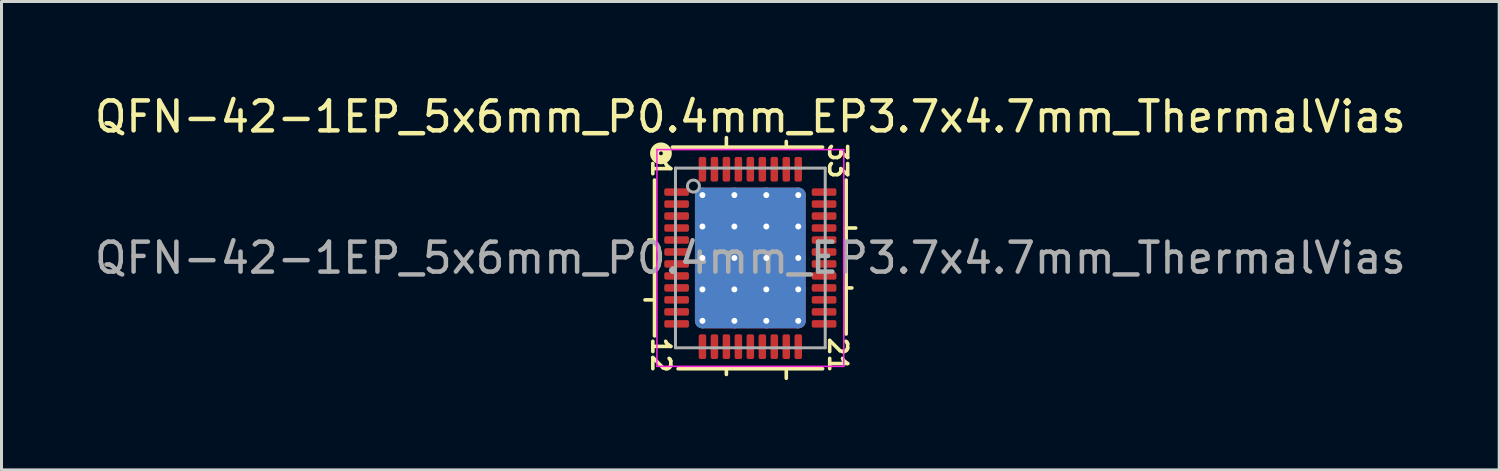
<source format=kicad_pcb>
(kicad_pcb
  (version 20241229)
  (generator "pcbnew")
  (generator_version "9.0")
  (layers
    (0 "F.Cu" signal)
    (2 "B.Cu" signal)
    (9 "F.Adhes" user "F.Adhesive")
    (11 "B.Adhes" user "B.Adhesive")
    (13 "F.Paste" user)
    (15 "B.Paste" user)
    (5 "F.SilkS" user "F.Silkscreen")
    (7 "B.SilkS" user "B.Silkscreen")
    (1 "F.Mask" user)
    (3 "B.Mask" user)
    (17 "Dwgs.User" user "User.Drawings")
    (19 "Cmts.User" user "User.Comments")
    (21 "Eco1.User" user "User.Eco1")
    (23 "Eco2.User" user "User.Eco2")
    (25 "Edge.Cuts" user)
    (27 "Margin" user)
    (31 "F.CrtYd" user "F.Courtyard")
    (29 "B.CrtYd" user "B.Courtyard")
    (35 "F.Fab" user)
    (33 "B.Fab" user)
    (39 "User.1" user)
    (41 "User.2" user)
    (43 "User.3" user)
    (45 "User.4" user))
  (footprint "QFN-42-1EP_5x6mm_P0.4mm_EP3.7x4.7mm_ThermalVias"
    (layer "F.Cu")
    (at 22.006 5.564)
    (property "Reference" "QFN-42-1EP_5x6mm_P0.4mm_EP3.7x4.7mm_ThermalVias" (at 0 -4.716 0) (layer "F.SilkS") (effects (font (size 1 1) (thickness 0.15))))
    (attr smd)
    (fp_line (start -3.2 -2.603) (end -3.2 2.603) (stroke (width 0.12) (type solid)) (layer "F.SilkS"))
    (fp_line (start -3.2 -0.6) (end -3.39 -0.6) (stroke (width 0.12) (type solid)) (layer "F.SilkS"))
    (fp_line (start -3.2 1.4) (end -3.518 1.4) (stroke (width 0.12) (type solid)) (layer "F.SilkS"))
    (fp_line (start -2.413 3.7) (end 2.413 3.7) (stroke (width 0.12) (type solid)) (layer "F.SilkS"))
    (fp_line (start -0.8 -4.018) (end -0.8 -3.7) (stroke (width 0.12) (type solid)) (layer "F.SilkS"))
    (fp_line (start -0.8 3.7) (end -0.8 3.89) (stroke (width 0.12) (type solid)) (layer "F.SilkS"))
    (fp_line (start 1.2 -3.89) (end 1.2 -3.7) (stroke (width 0.12) (type solid)) (layer "F.SilkS"))
    (fp_line (start 1.2 3.7) (end 1.2 4.018) (stroke (width 0.12) (type solid)) (layer "F.SilkS"))
    (fp_line (start 2.413 -3.7) (end -2.603 -3.7) (stroke (width 0.12) (type solid)) (layer "F.SilkS"))
    (fp_line (start 3.2 -1) (end 3.518 -1) (stroke (width 0.12) (type solid)) (layer "F.SilkS"))
    (fp_line (start 3.2 1) (end 3.39 1) (stroke (width 0.12) (type solid)) (layer "F.SilkS"))
    (fp_line (start 3.2 2.54) (end 3.2 -2.603) (stroke (width 0.12) (type solid)) (layer "F.SilkS"))
    (fp_circle (center -2.985 -3.493) (end -2.921 -3.493) (stroke (width 0.3) (type solid)) (fill no) (layer "F.SilkS"))
    (fp_line (start -3.12 -3.62) (end -3.12 3.62) (stroke (width 0.05) (type solid)) (layer "F.CrtYd"))
    (fp_line (start -3.12 3.62) (end 3.12 3.62) (stroke (width 0.05) (type solid)) (layer "F.CrtYd"))
    (fp_line (start 3.12 -3.62) (end -3.12 -3.62) (stroke (width 0.05) (type solid)) (layer "F.CrtYd"))
    (fp_line (start 3.12 3.62) (end 3.12 -3.62) (stroke (width 0.05) (type solid)) (layer "F.CrtYd"))
    (fp_line (start -2.5 -3) (end 2.5 -3) (stroke (width 0.1) (type solid)) (layer "F.Fab"))
    (fp_line (start -2.5 3) (end -2.5 -3) (stroke (width 0.1) (type solid)) (layer "F.Fab"))
    (fp_line (start 2.5 -3) (end 2.5 3) (stroke (width 0.1) (type solid)) (layer "F.Fab"))
    (fp_line (start 2.5 3) (end -2.5 3) (stroke (width 0.1) (type solid)) (layer "F.Fab"))
    (fp_circle (center -1.9 -2.4) (end -1.7 -2.4) (stroke (width 0.1) (type solid)) (fill no) (layer "F.Fab"))
    (fp_text user "21" (at 2.921 3.239 270) (unlocked yes) (layer "F.SilkS") (effects (font (size 0.6 0.6) (thickness 0.12))))
    (fp_text user "12" (at -2.985 3.239 270) (unlocked yes) (layer "F.SilkS") (effects (font (size 0.6 0.6) (thickness 0.12))))
    (fp_text user "1" (at -2.985 -2.985 270) (unlocked yes) (layer "F.SilkS") (effects (font (size 0.6 0.6) (thickness 0.12))))
    (fp_text user "33" (at 2.921 -3.239 270) (unlocked yes) (layer "F.SilkS") (effects (font (size 0.6 0.6) (thickness 0.12))))
    (fp_text user "${REFERENCE}" (at 0 0 0) (layer "F.Fab") (effects (font (size 1 1) (thickness 0.15))))
    (pad "" smd custom (at -1.067 -1.575) (size 0.799 0.799) (layers "F.Paste") (options (anchor circle)) (primitives (gr_poly (pts (xy 0.366 -0.252) (xy 0.366 0.252) (xy 0.274 0.344) (xy -0.274 0.344) (xy -0.366 0.252) (xy -0.366 -0.252) (xy -0.274 -0.344) (xy 0.274 -0.344)) (width 0.222) (fill yes))))
    (pad "" smd custom (at -1.067 -0.525) (size 0.799 0.799) (layers "F.Paste") (options (anchor circle)) (primitives (gr_poly (pts (xy 0.366 -0.252) (xy 0.366 0.252) (xy 0.274 0.344) (xy -0.274 0.344) (xy -0.366 0.252) (xy -0.366 -0.252) (xy -0.274 -0.344) (xy 0.274 -0.344)) (width 0.222) (fill yes))))
    (pad "" smd custom (at -1.067 0.525) (size 0.799 0.799) (layers "F.Paste") (options (anchor circle)) (primitives (gr_poly (pts (xy 0.366 -0.252) (xy 0.366 0.252) (xy 0.274 0.344) (xy -0.274 0.344) (xy -0.366 0.252) (xy -0.366 -0.252) (xy -0.274 -0.344) (xy 0.274 -0.344)) (width 0.222) (fill yes))))
    (pad "" smd custom (at -1.067 1.575) (size 0.799 0.799) (layers "F.Paste") (options (anchor circle)) (primitives (gr_poly (pts (xy 0.366 -0.252) (xy 0.366 0.252) (xy 0.274 0.344) (xy -0.274 0.344) (xy -0.366 0.252) (xy -0.366 -0.252) (xy -0.274 -0.344) (xy 0.274 -0.344)) (width 0.222) (fill yes))))
    (pad "" smd custom (at 0 -1.575) (size 0.799 0.799) (layers "F.Paste") (options (anchor circle)) (primitives (gr_poly (pts (xy 0.366 -0.252) (xy 0.366 0.252) (xy 0.274 0.344) (xy -0.274 0.344) (xy -0.366 0.252) (xy -0.366 -0.252) (xy -0.274 -0.344) (xy 0.274 -0.344)) (width 0.222) (fill yes))))
    (pad "" smd custom (at 0 -0.525) (size 0.799 0.799) (layers "F.Paste") (options (anchor circle)) (primitives (gr_poly (pts (xy 0.366 -0.252) (xy 0.366 0.252) (xy 0.274 0.344) (xy -0.274 0.344) (xy -0.366 0.252) (xy -0.366 -0.252) (xy -0.274 -0.344) (xy 0.274 -0.344)) (width 0.222) (fill yes))))
    (pad "" smd custom (at 0 0.525) (size 0.799 0.799) (layers "F.Paste") (options (anchor circle)) (primitives (gr_poly (pts (xy 0.366 -0.252) (xy 0.366 0.252) (xy 0.274 0.344) (xy -0.274 0.344) (xy -0.366 0.252) (xy -0.366 -0.252) (xy -0.274 -0.344) (xy 0.274 -0.344)) (width 0.222) (fill yes))))
    (pad "" smd custom (at 0 1.575) (size 0.799 0.799) (layers "F.Paste") (options (anchor circle)) (primitives (gr_poly (pts (xy 0.366 -0.252) (xy 0.366 0.252) (xy 0.274 0.344) (xy -0.274 0.344) (xy -0.366 0.252) (xy -0.366 -0.252) (xy -0.274 -0.344) (xy 0.274 -0.344)) (width 0.222) (fill yes))))
    (pad "" smd custom (at 1.067 -1.575) (size 0.799 0.799) (layers "F.Paste") (options (anchor circle)) (primitives (gr_poly (pts (xy 0.366 -0.252) (xy 0.366 0.252) (xy 0.274 0.344) (xy -0.274 0.344) (xy -0.366 0.252) (xy -0.366 -0.252) (xy -0.274 -0.344) (xy 0.274 -0.344)) (width 0.222) (fill yes))))
    (pad "" smd custom (at 1.067 -0.525) (size 0.799 0.799) (layers "F.Paste") (options (anchor circle)) (primitives (gr_poly (pts (xy 0.366 -0.252) (xy 0.366 0.252) (xy 0.274 0.344) (xy -0.274 0.344) (xy -0.366 0.252) (xy -0.366 -0.252) (xy -0.274 -0.344) (xy 0.274 -0.344)) (width 0.222) (fill yes))))
    (pad "" smd custom (at 1.067 0.525) (size 0.799 0.799) (layers "F.Paste") (options (anchor circle)) (primitives (gr_poly (pts (xy 0.366 -0.252) (xy 0.366 0.252) (xy 0.274 0.344) (xy -0.274 0.344) (xy -0.366 0.252) (xy -0.366 -0.252) (xy -0.274 -0.344) (xy 0.274 -0.344)) (width 0.222) (fill yes))))
    (pad "" smd custom (at 1.067 1.575) (size 0.799 0.799) (layers "F.Paste") (options (anchor circle)) (primitives (gr_poly (pts (xy 0.366 -0.252) (xy 0.366 0.252) (xy 0.274 0.344) (xy -0.274 0.344) (xy -0.366 0.252) (xy -0.366 -0.252) (xy -0.274 -0.344) (xy 0.274 -0.344)) (width 0.222) (fill yes))))
    (pad "1" smd roundrect (at -2.462 -2.2) (size 0.825 0.25) (layers "F.Cu" "F.Mask" "F.Paste") (roundrect_rratio 0.25))
    (pad "2" smd roundrect (at -2.462 -1.8) (size 0.825 0.25) (layers "F.Cu" "F.Mask" "F.Paste") (roundrect_rratio 0.25))
    (pad "3" smd roundrect (at -2.462 -1.4) (size 0.825 0.25) (layers "F.Cu" "F.Mask" "F.Paste") (roundrect_rratio 0.25))
    (pad "4" smd roundrect (at -2.462 -1) (size 0.825 0.25) (layers "F.Cu" "F.Mask" "F.Paste") (roundrect_rratio 0.25))
    (pad "5" smd roundrect (at -2.462 -0.6) (size 0.825 0.25) (layers "F.Cu" "F.Mask" "F.Paste") (roundrect_rratio 0.25))
    (pad "6" smd roundrect (at -2.462 -0.2) (size 0.825 0.25) (layers "F.Cu" "F.Mask" "F.Paste") (roundrect_rratio 0.25))
    (pad "7" smd roundrect (at -2.462 0.2) (size 0.825 0.25) (layers "F.Cu" "F.Mask" "F.Paste") (roundrect_rratio 0.25))
    (pad "8" smd roundrect (at -2.462 0.6) (size 0.825 0.25) (layers "F.Cu" "F.Mask" "F.Paste") (roundrect_rratio 0.25))
    (pad "9" smd roundrect (at -2.462 1) (size 0.825 0.25) (layers "F.Cu" "F.Mask" "F.Paste") (roundrect_rratio 0.25))
    (pad "10" smd roundrect (at -2.462 1.4) (size 0.825 0.25) (layers "F.Cu" "F.Mask" "F.Paste") (roundrect_rratio 0.25))
    (pad "11" smd roundrect (at -2.462 1.8) (size 0.825 0.25) (layers "F.Cu" "F.Mask" "F.Paste") (roundrect_rratio 0.25))
    (pad "12" smd roundrect (at -2.462 2.2) (size 0.825 0.25) (layers "F.Cu" "F.Mask" "F.Paste") (roundrect_rratio 0.25))
    (pad "13" smd roundrect (at -1.6 2.962) (size 0.25 0.825) (layers "F.Cu" "F.Mask" "F.Paste") (roundrect_rratio 0.25))
    (pad "14" smd roundrect (at -1.2 2.962) (size 0.25 0.825) (layers "F.Cu" "F.Mask" "F.Paste") (roundrect_rratio 0.25))
    (pad "15" smd roundrect (at -0.8 2.962) (size 0.25 0.825) (layers "F.Cu" "F.Mask" "F.Paste") (roundrect_rratio 0.25))
    (pad "16" smd roundrect (at -0.4 2.962) (size 0.25 0.825) (layers "F.Cu" "F.Mask" "F.Paste") (roundrect_rratio 0.25))
    (pad "17" smd roundrect (at 0 2.962) (size 0.25 0.825) (layers "F.Cu" "F.Mask" "F.Paste") (roundrect_rratio 0.25))
    (pad "18" smd roundrect (at 0.4 2.962) (size 0.25 0.825) (layers "F.Cu" "F.Mask" "F.Paste") (roundrect_rratio 0.25))
    (pad "19" smd roundrect (at 0.8 2.962) (size 0.25 0.825) (layers "F.Cu" "F.Mask" "F.Paste") (roundrect_rratio 0.25))
    (pad "20" smd roundrect (at 1.2 2.962) (size 0.25 0.825) (layers "F.Cu" "F.Mask" "F.Paste") (roundrect_rratio 0.25))
    (pad "21" smd roundrect (at 1.6 2.962) (size 0.25 0.825) (layers "F.Cu" "F.Mask" "F.Paste") (roundrect_rratio 0.25))
    (pad "22" smd roundrect (at 2.462 2.2) (size 0.825 0.25) (layers "F.Cu" "F.Mask" "F.Paste") (roundrect_rratio 0.25))
    (pad "23" smd roundrect (at 2.462 1.8) (size 0.825 0.25) (layers "F.Cu" "F.Mask" "F.Paste") (roundrect_rratio 0.25))
    (pad "24" smd roundrect (at 2.462 1.4) (size 0.825 0.25) (layers "F.Cu" "F.Mask" "F.Paste") (roundrect_rratio 0.25))
    (pad "25" smd roundrect (at 2.462 1) (size 0.825 0.25) (layers "F.Cu" "F.Mask" "F.Paste") (roundrect_rratio 0.25))
    (pad "26" smd roundrect (at 2.462 0.6) (size 0.825 0.25) (layers "F.Cu" "F.Mask" "F.Paste") (roundrect_rratio 0.25))
    (pad "27" smd roundrect (at 2.462 0.2) (size 0.825 0.25) (layers "F.Cu" "F.Mask" "F.Paste") (roundrect_rratio 0.25))
    (pad "28" smd roundrect (at 2.462 -0.2) (size 0.825 0.25) (layers "F.Cu" "F.Mask" "F.Paste") (roundrect_rratio 0.25))
    (pad "29" smd roundrect (at 2.462 -0.6) (size 0.825 0.25) (layers "F.Cu" "F.Mask" "F.Paste") (roundrect_rratio 0.25))
    (pad "30" smd roundrect (at 2.462 -1) (size 0.825 0.25) (layers "F.Cu" "F.Mask" "F.Paste") (roundrect_rratio 0.25))
    (pad "31" smd roundrect (at 2.462 -1.4) (size 0.825 0.25) (layers "F.Cu" "F.Mask" "F.Paste") (roundrect_rratio 0.25))
    (pad "32" smd roundrect (at 2.462 -1.8) (size 0.825 0.25) (layers "F.Cu" "F.Mask" "F.Paste") (roundrect_rratio 0.25))
    (pad "33" smd roundrect (at 2.462 -2.2) (size 0.825 0.25) (layers "F.Cu" "F.Mask" "F.Paste") (roundrect_rratio 0.25))
    (pad "34" smd roundrect (at 1.6 -2.962) (size 0.25 0.825) (layers "F.Cu" "F.Mask" "F.Paste") (roundrect_rratio 0.25))
    (pad "35" smd roundrect (at 1.2 -2.962) (size 0.25 0.825) (layers "F.Cu" "F.Mask" "F.Paste") (roundrect_rratio 0.25))
    (pad "36" smd roundrect (at 0.8 -2.962) (size 0.25 0.825) (layers "F.Cu" "F.Mask" "F.Paste") (roundrect_rratio 0.25))
    (pad "37" smd roundrect (at 0.4 -2.962) (size 0.25 0.825) (layers "F.Cu" "F.Mask" "F.Paste") (roundrect_rratio 0.25))
    (pad "38" smd roundrect (at 0 -2.962) (size 0.25 0.825) (layers "F.Cu" "F.Mask" "F.Paste") (roundrect_rratio 0.25))
    (pad "39" smd roundrect (at -0.4 -2.962) (size 0.25 0.825) (layers "F.Cu" "F.Mask" "F.Paste") (roundrect_rratio 0.25))
    (pad "40" smd roundrect (at -0.8 -2.962) (size 0.25 0.825) (layers "F.Cu" "F.Mask" "F.Paste") (roundrect_rratio 0.25))
    (pad "41" smd roundrect (at -1.2 -2.962) (size 0.25 0.825) (layers "F.Cu" "F.Mask" "F.Paste") (roundrect_rratio 0.25))
    (pad "42" smd roundrect (at -1.6 -2.962) (size 0.25 0.825) (layers "F.Cu" "F.Mask" "F.Paste") (roundrect_rratio 0.25))
    (pad "43" thru_hole circle (at -1.6 -2.1) (size 0.5 0.5) (drill 0.2) (property pad_prop_heatsink) (layers "*.Cu"))
    (pad "43" thru_hole circle (at -1.6 -1.05) (size 0.5 0.5) (drill 0.2) (property pad_prop_heatsink) (layers "*.Cu"))
    (pad "43" thru_hole circle (at -1.6 0) (size 0.5 0.5) (drill 0.2) (property pad_prop_heatsink) (layers "*.Cu"))
    (pad "43" thru_hole circle (at -1.6 1.05) (size 0.5 0.5) (drill 0.2) (property pad_prop_heatsink) (layers "*.Cu"))
    (pad "43" thru_hole circle (at -1.6 2.1) (size 0.5 0.5) (drill 0.2) (property pad_prop_heatsink) (layers "*.Cu"))
    (pad "43" thru_hole circle (at -0.533 -2.1) (size 0.5 0.5) (drill 0.2) (property pad_prop_heatsink) (layers "*.Cu"))
    (pad "43" thru_hole circle (at -0.533 -1.05) (size 0.5 0.5) (drill 0.2) (property pad_prop_heatsink) (layers "*.Cu"))
    (pad "43" thru_hole circle (at -0.533 0) (size 0.5 0.5) (drill 0.2) (property pad_prop_heatsink) (layers "*.Cu"))
    (pad "43" thru_hole circle (at -0.533 1.05) (size 0.5 0.5) (drill 0.2) (property pad_prop_heatsink) (layers "*.Cu"))
    (pad "43" thru_hole circle (at -0.533 2.1) (size 0.5 0.5) (drill 0.2) (property pad_prop_heatsink) (layers "*.Cu"))
    (pad "43" smd roundrect (at 0 0) (size 3.7 4.7) (layers "F.Cu" "F.Mask") (roundrect_rratio 0.068))
    (pad "43" smd roundrect (at 0 0) (size 3.7 4.7) (layers "B.Cu" "B.Mask") (roundrect_rratio 0.068))
    (pad "43" thru_hole circle (at 0.533 -2.1) (size 0.5 0.5) (drill 0.2) (property pad_prop_heatsink) (layers "*.Cu"))
    (pad "43" thru_hole circle (at 0.533 -1.05) (size 0.5 0.5) (drill 0.2) (property pad_prop_heatsink) (layers "*.Cu"))
    (pad "43" thru_hole circle (at 0.533 0) (size 0.5 0.5) (drill 0.2) (property pad_prop_heatsink) (layers "*.Cu"))
    (pad "43" thru_hole circle (at 0.533 1.05) (size 0.5 0.5) (drill 0.2) (property pad_prop_heatsink) (layers "*.Cu"))
    (pad "43" thru_hole circle (at 0.533 2.1) (size 0.5 0.5) (drill 0.2) (property pad_prop_heatsink) (layers "*.Cu"))
    (pad "43" thru_hole circle (at 1.6 -2.1) (size 0.5 0.5) (drill 0.2) (property pad_prop_heatsink) (layers "*.Cu"))
    (pad "43" thru_hole circle (at 1.6 -1.05) (size 0.5 0.5) (drill 0.2) (property pad_prop_heatsink) (layers "*.Cu"))
    (pad "43" thru_hole circle (at 1.6 0) (size 0.5 0.5) (drill 0.2) (property pad_prop_heatsink) (layers "*.Cu"))
    (pad "43" thru_hole circle (at 1.6 1.05) (size 0.5 0.5) (drill 0.2) (property pad_prop_heatsink) (layers "*.Cu"))
    (pad "43" thru_hole circle (at 1.6 2.1) (size 0.5 0.5) (drill 0.2) (property pad_prop_heatsink) (layers "*.Cu")))
  (gr_rect
    (start -3 -3)
    (end 47.012 12.642)
    (stroke (width 0.1) (type default))
    (fill no)
    (layer "Edge.Cuts")))
</source>
